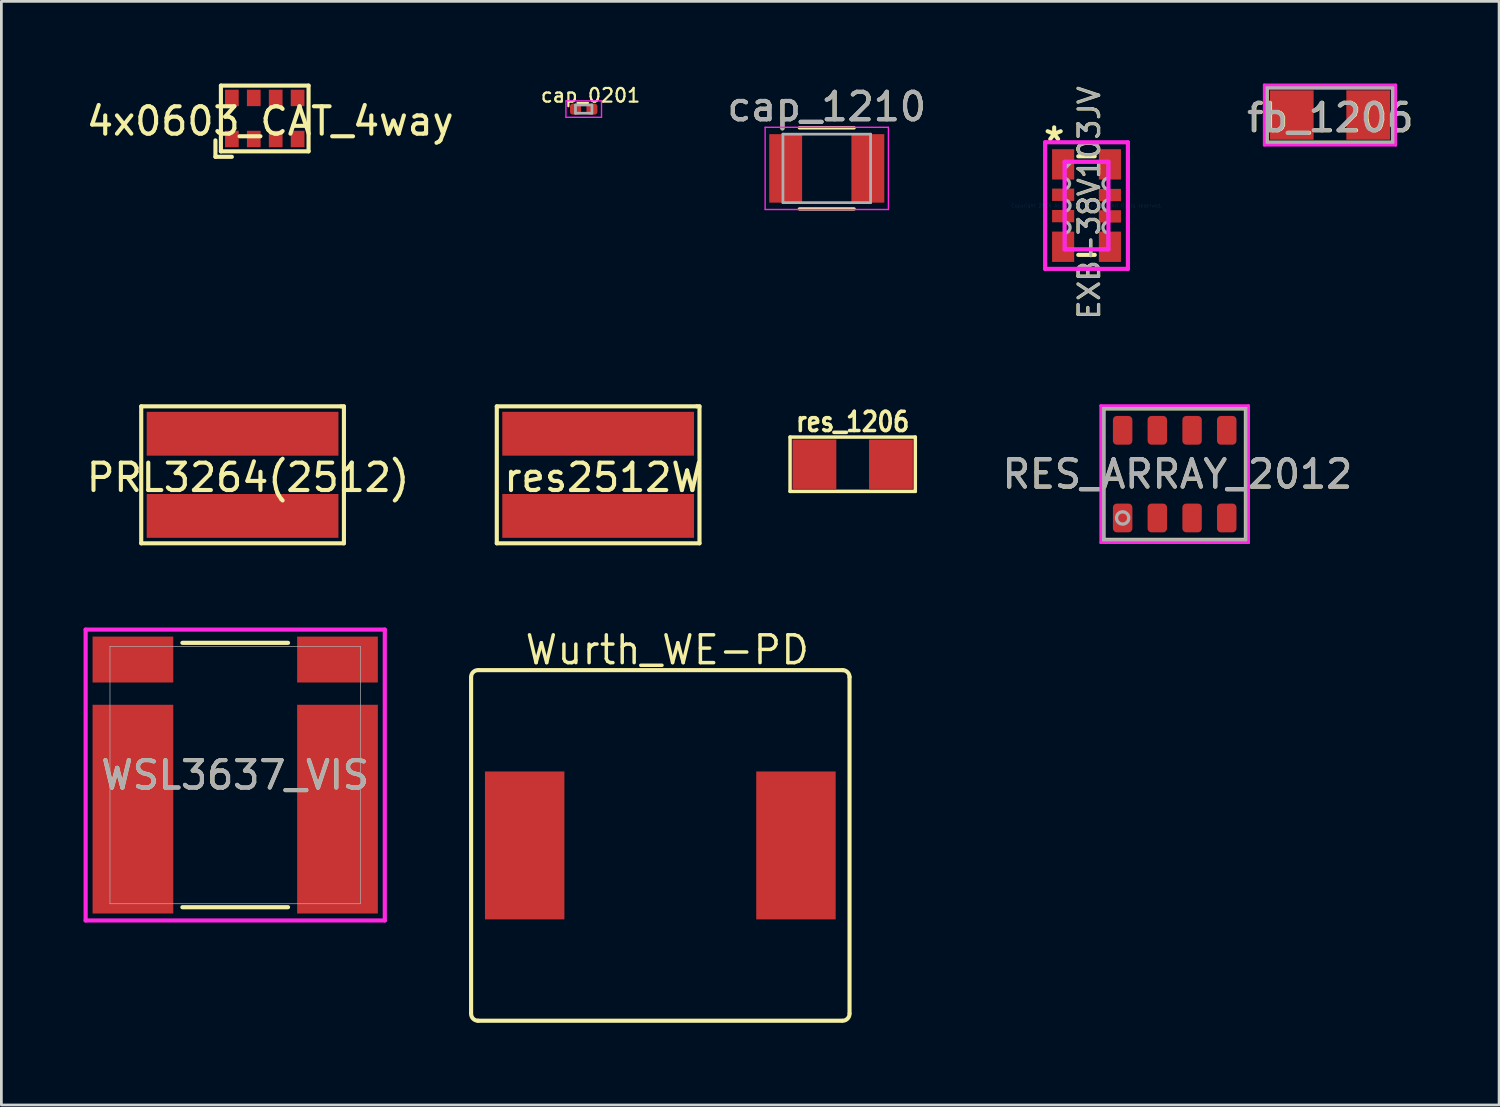
<source format=kicad_pcb>
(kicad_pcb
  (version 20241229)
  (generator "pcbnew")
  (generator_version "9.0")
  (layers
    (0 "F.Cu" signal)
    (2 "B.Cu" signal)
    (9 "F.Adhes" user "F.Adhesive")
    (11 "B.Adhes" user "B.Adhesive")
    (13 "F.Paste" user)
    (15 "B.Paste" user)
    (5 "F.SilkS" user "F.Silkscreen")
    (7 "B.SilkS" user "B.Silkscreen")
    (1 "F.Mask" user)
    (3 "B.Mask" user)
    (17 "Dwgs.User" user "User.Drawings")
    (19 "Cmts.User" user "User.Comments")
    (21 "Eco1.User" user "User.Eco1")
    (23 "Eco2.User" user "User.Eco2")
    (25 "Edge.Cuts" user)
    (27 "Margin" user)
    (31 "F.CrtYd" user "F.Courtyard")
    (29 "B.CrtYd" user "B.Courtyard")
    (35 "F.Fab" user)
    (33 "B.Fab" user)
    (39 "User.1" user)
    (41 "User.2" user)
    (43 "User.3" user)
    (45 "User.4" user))
  (footprint "WSL3637_VIS"
    (layer "F.Cu")
    (at 5.537 25.245)
    (property "Reference" "WSL3637_VIS" (at 0 0 0) (unlocked yes) (layer "F.SilkS") (effects (font (size 1 1) (thickness 0.15))))
    (attr smd)
    (fp_line (start -1.928 4.826) (end 1.928 4.826) (stroke (width 0.152) (type solid)) (layer "F.SilkS"))
    (fp_line (start 1.928 -4.826) (end -1.928 -4.826) (stroke (width 0.152) (type solid)) (layer "F.SilkS"))
    (fp_line (start -5.461 -5.309) (end 5.461 -5.309) (stroke (width 0.152) (type solid)) (layer "F.CrtYd"))
    (fp_line (start -5.461 5.309) (end -5.461 -5.309) (stroke (width 0.152) (type solid)) (layer "F.CrtYd"))
    (fp_line (start 5.461 -5.309) (end 5.461 5.309) (stroke (width 0.152) (type solid)) (layer "F.CrtYd"))
    (fp_line (start 5.461 5.309) (end -5.461 5.309) (stroke (width 0.152) (type solid)) (layer "F.CrtYd"))
    (fp_line (start -4.572 -4.699) (end -4.572 4.699) (stroke (width 0.025) (type solid)) (layer "F.Fab"))
    (fp_line (start -4.572 4.699) (end 4.572 4.699) (stroke (width 0.025) (type solid)) (layer "F.Fab"))
    (fp_line (start 4.572 -4.699) (end -4.572 -4.699) (stroke (width 0.025) (type solid)) (layer "F.Fab"))
    (fp_line (start 4.572 4.699) (end 4.572 -4.699) (stroke (width 0.025) (type solid)) (layer "F.Fab"))
    (fp_text user "${REFERENCE}" (at 0 0 0) (unlocked yes) (layer "F.Fab") (effects (font (size 1 1) (thickness 0.15))))
    (pad "1" smd rect (at -3.734 1.245) (size 2.946 7.62) (layers "F.Cu" "F.Mask" "F.Paste"))
    (pad "2" smd rect (at -3.734 -4.216) (size 2.946 1.676) (layers "F.Cu" "F.Mask" "F.Paste"))
    (pad "3" smd rect (at 3.734 -4.216) (size 2.946 1.676) (layers "F.Cu" "F.Mask" "F.Paste"))
    (pad "4" smd rect (at 3.734 1.245) (size 2.946 7.62) (layers "F.Cu" "F.Mask" "F.Paste"))
    (zone (net_name "") (layer "F.Cu") (hatch full 0.508) (connect_pads) (min_thickness 0.254) (filled_areas_thickness no) (keepout (tracks not_allowed) (vias not_allowed) (pads allowed) (copperpour not_allowed) (footprints allowed)) (placement (enabled no)) (fill) (polygon (pts (xy 3.777 22.747) (xy 7.397 22.747) (xy 7.397 29.893) (xy 3.777 29.893)))))
  (footprint "4x0603_CAT_4way"
    (layer "F.Cu")
    (at 6.615 1.275)
    (property "Reference" "4x0603_CAT_4way" (at 0.2 0.1 0) (layer "F.SilkS") (effects (font (size 1 1) (thickness 0.15))))
    (attr through_hole)
    (fp_line (start -1.8 0.8) (end -1.8 1.4) (stroke (width 0.15) (type solid)) (layer "F.SilkS"))
    (fp_line (start -1.8 1.4) (end -1.2 1.4) (stroke (width 0.15) (type solid)) (layer "F.SilkS"))
    (fp_line (start -1.6 -1.2) (end 1.6 -1.2) (stroke (width 0.15) (type solid)) (layer "F.SilkS"))
    (fp_line (start -1.6 1.2) (end -1.6 -1.2) (stroke (width 0.15) (type solid)) (layer "F.SilkS"))
    (fp_line (start 1.6 -1.2) (end 1.6 1.2) (stroke (width 0.15) (type solid)) (layer "F.SilkS"))
    (fp_line (start 1.6 1.2) (end -1.6 1.2) (stroke (width 0.15) (type solid)) (layer "F.SilkS"))
    (pad "1" smd rect (at -1.2 0.75) (size 0.5 0.6) (layers "F.Cu" "F.Mask" "F.Paste"))
    (pad "2" smd rect (at -0.4 0.75) (size 0.5 0.6) (layers "F.Cu" "F.Mask" "F.Paste"))
    (pad "3" smd rect (at 0.4 0.75) (size 0.5 0.6) (layers "F.Cu" "F.Mask" "F.Paste"))
    (pad "4" smd rect (at 1.2 0.75) (size 0.5 0.6) (layers "F.Cu" "F.Mask" "F.Paste"))
    (pad "5" smd rect (at 1.2 -0.75) (size 0.5 0.6) (layers "F.Cu" "F.Mask" "F.Paste"))
    (pad "6" smd rect (at 0.4 -0.75) (size 0.5 0.6) (layers "F.Cu" "F.Mask" "F.Paste"))
    (pad "7" smd rect (at -0.4 -0.75) (size 0.5 0.6) (layers "F.Cu" "F.Mask" "F.Paste"))
    (pad "8" smd rect (at -1.2 -0.75) (size 0.5 0.6) (layers "F.Cu" "F.Mask" "F.Paste")))
  (footprint "res2512W"
    (layer "F.Cu")
    (at 18.787 14.285)
    (property "Reference" "res2512W" (at 0.2 0.1 0) (layer "F.SilkS") (effects (font (size 1 1) (thickness 0.15))))
    (attr through_hole)
    (fp_line (start -3.7 -2.5) (end 3.6 -2.5) (stroke (width 0.15) (type solid)) (layer "F.SilkS"))
    (fp_line (start -3.7 2.5) (end -3.7 -2.5) (stroke (width 0.15) (type solid)) (layer "F.SilkS"))
    (fp_line (start 3.6 -2.5) (end 3.7 -2.5) (stroke (width 0.15) (type solid)) (layer "F.SilkS"))
    (fp_line (start 3.7 -2.5) (end 3.7 2.5) (stroke (width 0.15) (type solid)) (layer "F.SilkS"))
    (fp_line (start 3.7 2.5) (end -3.7 2.5) (stroke (width 0.15) (type solid)) (layer "F.SilkS"))
    (pad "1" smd rect (at 0 1.5) (size 7 1.6) (layers "F.Cu" "F.Mask" "F.Paste"))
    (pad "2" smd rect (at 0 -1.5) (size 7 1.6) (layers "F.Cu" "F.Mask" "F.Paste")))
  (footprint "res_1206"
    (layer "F.Cu")
    (at 28.08 13.898)
    (property "Reference" "res_1206" (at 0 -1.549 0) (layer "F.SilkS") (effects (font (size 0.701 0.599) (thickness 0.13))))
    (attr through_hole)
    (fp_line (start -2.286 -0.991) (end -2.286 0.991) (stroke (width 0.127) (type solid)) (layer "F.SilkS"))
    (fp_line (start -2.286 0.991) (end 2.286 0.991) (stroke (width 0.127) (type solid)) (layer "F.SilkS"))
    (fp_line (start 2.286 -0.991) (end -2.286 -0.991) (stroke (width 0.127) (type solid)) (layer "F.SilkS"))
    (fp_line (start 2.286 0.991) (end 2.286 -0.991) (stroke (width 0.127) (type solid)) (layer "F.SilkS"))
    (pad "1" smd rect (at 1.397 0) (size 1.6 1.803) (layers "F.Cu" "F.Mask" "F.Paste"))
    (pad "2" smd rect (at -1.397 0) (size 1.6 1.803) (layers "F.Cu" "F.Mask" "F.Paste")))
  (footprint "PRL3264(2512)"
    (layer "F.Cu")
    (at 5.806 14.285)
    (property "Reference" "PRL3264(2512)" (at 0.2 0.1 0) (layer "F.SilkS") (effects (font (size 1 1) (thickness 0.15))))
    (attr through_hole)
    (fp_line (start -3.7 -2.5) (end 3.6 -2.5) (stroke (width 0.15) (type solid)) (layer "F.SilkS"))
    (fp_line (start -3.7 2.5) (end -3.7 -2.5) (stroke (width 0.15) (type solid)) (layer "F.SilkS"))
    (fp_line (start 3.6 -2.5) (end 3.7 -2.5) (stroke (width 0.15) (type solid)) (layer "F.SilkS"))
    (fp_line (start 3.7 -2.5) (end 3.7 2.5) (stroke (width 0.15) (type solid)) (layer "F.SilkS"))
    (fp_line (start 3.7 2.5) (end -3.7 2.5) (stroke (width 0.15) (type solid)) (layer "F.SilkS"))
    (pad "1" smd rect (at 0 1.5) (size 7 1.6) (layers "F.Cu" "F.Mask" "F.Paste"))
    (pad "2" smd rect (at 0 -1.5) (size 7 1.6) (layers "F.Cu" "F.Mask" "F.Paste")))
  (footprint "cap_1210"
    (layer "F.Cu")
    (at 27.134 3.098)
    (property "Reference" "cap_1210" (at 0 -2.25 0) (layer "F.SilkS") (effects (font (size 1 1) (thickness 0.15))))
    (attr smd)
    (fp_line (start -1 1.48) (end 1 1.48) (stroke (width 0.12) (type solid)) (layer "F.SilkS"))
    (fp_line (start 1 -1.48) (end -1 -1.48) (stroke (width 0.12) (type solid)) (layer "F.SilkS"))
    (fp_line (start -2.25 -1.5) (end -2.25 1.5) (stroke (width 0.05) (type solid)) (layer "F.CrtYd"))
    (fp_line (start -2.25 -1.5) (end 2.25 -1.5) (stroke (width 0.05) (type solid)) (layer "F.CrtYd"))
    (fp_line (start 2.25 1.5) (end -2.25 1.5) (stroke (width 0.05) (type solid)) (layer "F.CrtYd"))
    (fp_line (start 2.25 1.5) (end 2.25 -1.5) (stroke (width 0.05) (type solid)) (layer "F.CrtYd"))
    (fp_line (start -1.6 -1.25) (end 1.6 -1.25) (stroke (width 0.1) (type solid)) (layer "F.Fab"))
    (fp_line (start -1.6 1.25) (end -1.6 -1.25) (stroke (width 0.1) (type solid)) (layer "F.Fab"))
    (fp_line (start 1.6 -1.25) (end 1.6 1.25) (stroke (width 0.1) (type solid)) (layer "F.Fab"))
    (fp_line (start 1.6 1.25) (end -1.6 1.25) (stroke (width 0.1) (type solid)) (layer "F.Fab"))
    (fp_text user "${REFERENCE}" (at 0 -2.25 0) (layer "F.Fab") (effects (font (size 1 1) (thickness 0.15))))
    (pad "1" smd rect (at -1.5 0) (size 1.2 2.5) (layers "F.Cu" "F.Mask" "F.Paste"))
    (pad "2" smd rect (at 1.5 0) (size 1.2 2.5) (layers "F.Cu" "F.Mask" "F.Paste")))
  (footprint "EXB-38V103JV"
    (layer "F.Cu")
    (at 36.617 4.455)
    (property "Reference" "EXB-38V103JV" (at 0.1 -0.1 90) (layer "F.SilkS") (effects (font (size 0.75 0.75) (thickness 0.12))))
    (attr through_hole)
    (fp_line (start -0.3 -1.8) (end 0.3 -1.8) (stroke (width 0.152) (type solid)) (layer "F.SilkS"))
    (fp_line (start -0.3 1.8) (end 0.3 1.8) (stroke (width 0.152) (type solid)) (layer "F.SilkS"))
    (fp_line (start -1.511 -2.311) (end 1.511 -2.311) (stroke (width 0.152) (type solid)) (layer "F.CrtYd"))
    (fp_line (start -1.511 2.311) (end -1.511 -2.311) (stroke (width 0.152) (type solid)) (layer "F.CrtYd"))
    (fp_line (start -0.8 -1.6) (end 0.8 -1.6) (stroke (width 0.152) (type solid)) (layer "F.CrtYd"))
    (fp_line (start -0.8 1.6) (end -0.8 -1.6) (stroke (width 0.152) (type solid)) (layer "F.CrtYd"))
    (fp_line (start 0.8 -1.6) (end 0.8 1.6) (stroke (width 0.152) (type solid)) (layer "F.CrtYd"))
    (fp_line (start 0.8 1.6) (end -0.8 1.6) (stroke (width 0.152) (type solid)) (layer "F.CrtYd"))
    (fp_line (start 1.511 -2.311) (end 1.511 2.311) (stroke (width 0.152) (type solid)) (layer "F.CrtYd"))
    (fp_line (start 1.511 2.311) (end -1.511 2.311) (stroke (width 0.152) (type solid)) (layer "F.CrtYd"))
    (fp_line (start -0.8 -0.98) (end -0.8 -1.6) (stroke (width 0.12) (type solid)) (layer "F.Fab"))
    (fp_line (start -0.8 -1.6) (end 0.8 -1.6) (stroke (width 0.12) (type solid)) (layer "F.Fab"))
    (fp_line (start -0.8 -0.62) (end -0.8 -0.2) (stroke (width 0.12) (type solid)) (layer "F.Fab"))
    (fp_line (start -0.8 0.2) (end -0.8 0.6) (stroke (width 0.12) (type solid)) (layer "F.Fab"))
    (fp_line (start -0.8 1) (end -0.8 1.6) (stroke (width 0.12) (type solid)) (layer "F.Fab"))
    (fp_line (start -0.8 1.6) (end 0.8 1.6) (stroke (width 0.12) (type solid)) (layer "F.Fab"))
    (fp_line (start -0.546 -1.6) (end -0.8 -1.346) (stroke (width 0.12) (type solid)) (layer "F.Fab"))
    (fp_line (start 0.8 -1) (end 0.8 -1.6) (stroke (width 0.12) (type solid)) (layer "F.Fab"))
    (fp_line (start 0.8 -0.6) (end 0.8 -0.2) (stroke (width 0.12) (type solid)) (layer "F.Fab"))
    (fp_line (start 0.8 0.2) (end 0.8 0.6) (stroke (width 0.12) (type solid)) (layer "F.Fab"))
    (fp_line (start 0.8 1) (end 0.8 1.6) (stroke (width 0.12) (type solid)) (layer "F.Fab"))
    (fp_arc (start -0.800001 -0.979998) (mid -0.620002 -0.8) (end -0.8 -0.620002) (stroke (width 0.12) (type solid)) (layer "F.Fab"))
    (fp_arc (start -0.8 -0.2) (mid -0.6 0) (end -0.8 0.2) (stroke (width 0.12) (type solid)) (layer "F.Fab"))
    (fp_arc (start -0.8 0.6) (mid -0.6 0.8) (end -0.8 1) (stroke (width 0.12) (type solid)) (layer "F.Fab"))
    (fp_arc (start 0.8 -0.6) (mid 0.6 -0.8) (end 0.8 -1) (stroke (width 0.12) (type solid)) (layer "F.Fab"))
    (fp_arc (start 0.8 0.2) (mid 0.6 0) (end 0.8 -0.2) (stroke (width 0.12) (type solid)) (layer "F.Fab"))
    (fp_arc (start 0.8 1) (mid 0.6 0.8) (end 0.8 0.6) (stroke (width 0.12) (type solid)) (layer "F.Fab"))
    (fp_text user "*" (at -1.181 -2.311 0) (layer "F.SilkS") (effects (font (size 1 1) (thickness 0.15))))
    (fp_text user "Copyright 2016 Accelerated Designs. All rights reserved." (at 0 0 0) (layer "Cmts.User") (effects (font (size 0.127 0.127) (thickness 0.002))))
    (fp_text user "${REFERENCE}" (at 0.1 -0.1 90) (layer "F.Fab") (effects (font (size 0.75 0.75) (thickness 0.1))))
    (pad "1" smd rect (at -0.854 -1.504) (size 0.807 1.107) (layers "F.Cu" "F.Mask" "F.Paste"))
    (pad "2" smd rect (at -0.854 -0.395) (size 0.807 0.45) (layers "F.Cu" "F.Mask" "F.Paste"))
    (pad "3" smd rect (at -0.854 0.385) (size 0.807 0.45) (layers "F.Cu" "F.Mask" "F.Paste"))
    (pad "4" smd rect (at -0.854 1.504) (size 0.807 1.107) (layers "F.Cu" "F.Mask" "F.Paste"))
    (pad "5" smd rect (at 0.854 1.504) (size 0.807 1.107) (layers "F.Cu" "F.Mask" "F.Paste"))
    (pad "6" smd rect (at 0.854 0.395) (size 0.807 0.45) (layers "F.Cu" "F.Mask" "F.Paste"))
    (pad "7" smd rect (at 0.854 -0.385) (size 0.807 0.45) (layers "F.Cu" "F.Mask" "F.Paste"))
    (pad "8" smd rect (at 0.854 -1.504) (size 0.807 1.107) (layers "F.Cu" "F.Mask" "F.Paste")))
  (footprint "fb_1206"
    (layer "F.Cu")
    (at 45.505 1.15)
    (property "Reference" "fb_1206" (at 0.025 0.1 0) (layer "F.SilkS") (effects (font (size 1 1) (thickness 0.15))))
    (attr through_hole)
    (fp_line (start -2.3 -1) (end -2.3 1) (stroke (width 0.127) (type solid)) (layer "F.SilkS"))
    (fp_line (start -2.3 1) (end 2.3 1) (stroke (width 0.127) (type solid)) (layer "F.SilkS"))
    (fp_line (start 2.3 -1) (end -2.3 -1) (stroke (width 0.127) (type solid)) (layer "F.SilkS"))
    (fp_line (start 2.3 1) (end 2.3 -1) (stroke (width 0.127) (type solid)) (layer "F.SilkS"))
    (fp_line (start -2.4 -1.1) (end 2.4 -1.1) (stroke (width 0.1) (type solid)) (layer "F.CrtYd"))
    (fp_line (start -2.4 1.1) (end -2.4 -1.1) (stroke (width 0.1) (type solid)) (layer "F.CrtYd"))
    (fp_line (start 2.4 -1.1) (end 2.4 1.1) (stroke (width 0.1) (type solid)) (layer "F.CrtYd"))
    (fp_line (start 2.4 1.1) (end -2.4 1.1) (stroke (width 0.1) (type solid)) (layer "F.CrtYd"))
    (fp_line (start -2.3 -1) (end 2.3 -1) (stroke (width 0.12) (type solid)) (layer "F.Fab"))
    (fp_line (start -2.3 1) (end -2.3 -1) (stroke (width 0.12) (type solid)) (layer "F.Fab"))
    (fp_line (start 2.3 -1) (end 2.3 1) (stroke (width 0.12) (type solid)) (layer "F.Fab"))
    (fp_line (start 2.3 1) (end -2.3 1) (stroke (width 0.12) (type solid)) (layer "F.Fab"))
    (fp_text user "${REFERENCE}" (at 0 0.1 0) (layer "F.Fab") (effects (font (size 1 1) (thickness 0.15))))
    (pad "1" smd rect (at 1.397 0) (size 1.6 1.803) (layers "F.Cu" "F.Mask" "F.Paste"))
    (pad "2" smd rect (at -1.397 0) (size 1.6 1.803) (layers "F.Cu" "F.Mask" "F.Paste")))
  (footprint "RES_ARRAY_2012"
    (layer "F.Cu")
    (at 39.836 14.26)
    (property "Reference" "RES_ARRAY_2012" (at 0.1 0 0) (layer "F.SilkS") (effects (font (size 1 1) (thickness 0.15))))
    (attr through_hole)
    (fp_line (start -2.6 -2.4) (end 2.6 -2.4) (stroke (width 0.15) (type solid)) (layer "F.SilkS"))
    (fp_line (start -2.6 2.4) (end -2.6 -2.4) (stroke (width 0.15) (type solid)) (layer "F.SilkS"))
    (fp_line (start 2.6 -2.4) (end 2.6 2.4) (stroke (width 0.15) (type solid)) (layer "F.SilkS"))
    (fp_line (start 2.6 2.4) (end -2.6 2.4) (stroke (width 0.15) (type solid)) (layer "F.SilkS"))
    (fp_line (start -2.7 -2.5) (end 2.7 -2.5) (stroke (width 0.1) (type solid)) (layer "F.CrtYd"))
    (fp_line (start -2.7 2.5) (end -2.7 -2.5) (stroke (width 0.1) (type solid)) (layer "F.CrtYd"))
    (fp_line (start 2.7 -2.5) (end 2.7 2.5) (stroke (width 0.1) (type solid)) (layer "F.CrtYd"))
    (fp_line (start 2.7 2.5) (end -2.7 2.5) (stroke (width 0.1) (type solid)) (layer "F.CrtYd"))
    (fp_line (start -2.6 -2.4) (end 2.6 -2.4) (stroke (width 0.12) (type solid)) (layer "F.Fab"))
    (fp_line (start -2.6 2.4) (end -2.6 -2.4) (stroke (width 0.12) (type solid)) (layer "F.Fab"))
    (fp_line (start 2.6 -2.4) (end 2.6 2.4) (stroke (width 0.12) (type solid)) (layer "F.Fab"))
    (fp_line (start 2.6 2.4) (end -2.6 2.4) (stroke (width 0.12) (type solid)) (layer "F.Fab"))
    (fp_circle (center -1.9 1.6) (end -1.8 1.4) (stroke (width 0.12) (type solid)) (fill no) (layer "F.Fab"))
    (fp_text user "${REFERENCE}" (at 0.1 0 0) (layer "F.Fab") (effects (font (size 1 1) (thickness 0.15))))
    (pad "1" smd roundrect (at -1.9 1.6) (size 0.71 1.05) (layers "F.Cu" "F.Mask" "F.Paste") (roundrect_rratio 0.2))
    (pad "2" smd roundrect (at -0.635 1.6) (size 0.71 1.05) (layers "F.Cu" "F.Mask" "F.Paste") (roundrect_rratio 0.2))
    (pad "3" smd roundrect (at 0.635 1.6) (size 0.71 1.05) (layers "F.Cu" "F.Mask" "F.Paste") (roundrect_rratio 0.2))
    (pad "4" smd roundrect (at 1.9 1.6) (size 0.71 1.05) (layers "F.Cu" "F.Mask" "F.Paste") (roundrect_rratio 0.2))
    (pad "5" smd roundrect (at 1.9 -1.6) (size 0.71 1.05) (layers "F.Cu" "F.Mask" "F.Paste") (roundrect_rratio 0.2))
    (pad "6" smd roundrect (at 0.635 -1.6) (size 0.71 1.05) (layers "F.Cu" "F.Mask" "F.Paste") (roundrect_rratio 0.2))
    (pad "7" smd roundrect (at -0.635 -1.6) (size 0.71 1.05) (layers "F.Cu" "F.Mask" "F.Paste") (roundrect_rratio 0.2))
    (pad "8" smd roundrect (at -1.9 -1.6) (size 0.71 1.05) (layers "F.Cu" "F.Mask" "F.Paste") (roundrect_rratio 0.2)))
  (footprint "Wurth_WE-PD"
    (layer "F.Cu")
    (at 21.057 27.815)
    (property "Reference" "Wurth_WE-PD" (at 0.254 -7.137 0) (layer "F.SilkS") (effects (font (size 1.016 1.016) (thickness 0.127))))
    (attr smd)
    (fp_line (start -6.908 6.121) (end -6.908 -6.122) (stroke (width 0.15) (type solid)) (layer "F.SilkS"))
    (fp_line (start -6.629 -6.4) (end 6.655 -6.4) (stroke (width 0.15) (type solid)) (layer "F.SilkS"))
    (fp_line (start 6.63 6.4) (end -6.655 6.4) (stroke (width 0.15) (type solid)) (layer "F.SilkS"))
    (fp_line (start 6.908 -6.148) (end 6.908 6.122) (stroke (width 0.15) (type solid)) (layer "F.SilkS"))
    (fp_arc (start -6.908 -6.146) (mid -6.833605 -6.325605) (end -6.654 -6.4) (stroke (width 0.15) (type solid)) (layer "F.SilkS"))
    (fp_arc (start -6.654 6.4) (mid -6.833605 6.325605) (end -6.908 6.146) (stroke (width 0.15) (type solid)) (layer "F.SilkS"))
    (fp_arc (start 6.654 -6.4) (mid 6.833605 -6.325605) (end 6.908 -6.146) (stroke (width 0.15) (type solid)) (layer "F.SilkS"))
    (fp_arc (start 6.908 6.146) (mid 6.833605 6.325605) (end 6.654 6.4) (stroke (width 0.15) (type solid)) (layer "F.SilkS"))
    (pad "1" smd rect (at -4.952 0) (size 2.9 5.4) (layers "F.Cu" "F.Mask" "F.Paste"))
    (pad "2" smd rect (at 4.952 0) (size 2.9 5.4) (layers "F.Cu" "F.Mask" "F.Paste")))
  (footprint "cap_0201"
    (layer "F.Cu")
    (at 18.26 0.933)
    (property "Reference" "cap_0201" (at 0.25 -0.5 0) (layer "F.SilkS") (effects (font (size 0.5 0.5) (thickness 0.08))))
    (attr smd)
    (fp_line (start -0.65 -0.3) (end 0.65 -0.3) (stroke (width 0.05) (type solid)) (layer "F.CrtYd"))
    (fp_line (start -0.65 0.3) (end -0.65 -0.3) (stroke (width 0.05) (type solid)) (layer "F.CrtYd"))
    (fp_line (start 0.65 -0.3) (end 0.65 0.3) (stroke (width 0.05) (type solid)) (layer "F.CrtYd"))
    (fp_line (start 0.65 0.3) (end -0.65 0.3) (stroke (width 0.05) (type solid)) (layer "F.CrtYd"))
    (fp_line (start -0.3 -0.15) (end 0.3 -0.15) (stroke (width 0.1) (type solid)) (layer "F.Fab"))
    (fp_line (start -0.3 0.15) (end -0.3 -0.15) (stroke (width 0.1) (type solid)) (layer "F.Fab"))
    (fp_line (start 0.3 -0.15) (end 0.3 0.15) (stroke (width 0.1) (type solid)) (layer "F.Fab"))
    (fp_line (start 0.3 0.15) (end -0.3 0.15) (stroke (width 0.1) (type solid)) (layer "F.Fab"))
    (pad "" smd roundrect (at -0.345 0) (size 0.318 0.36) (layers "F.Paste") (roundrect_rratio 0.25))
    (pad "" smd roundrect (at 0.345 0) (size 0.318 0.36) (layers "F.Paste") (roundrect_rratio 0.25))
    (pad "1" smd roundrect (at -0.3 0) (size 0.4 0.4) (layers "F.Cu" "F.Mask") (roundrect_rratio 0.25))
    (pad "2" smd roundrect (at 0.3 0) (size 0.4 0.4) (layers "F.Cu" "F.Mask") (roundrect_rratio 0.25)))
  (gr_rect
    (start -3 -3)
    (end 51.679 37.29)
    (stroke (width 0.1) (type default))
    (fill no)
    (layer "Edge.Cuts")))
</source>
